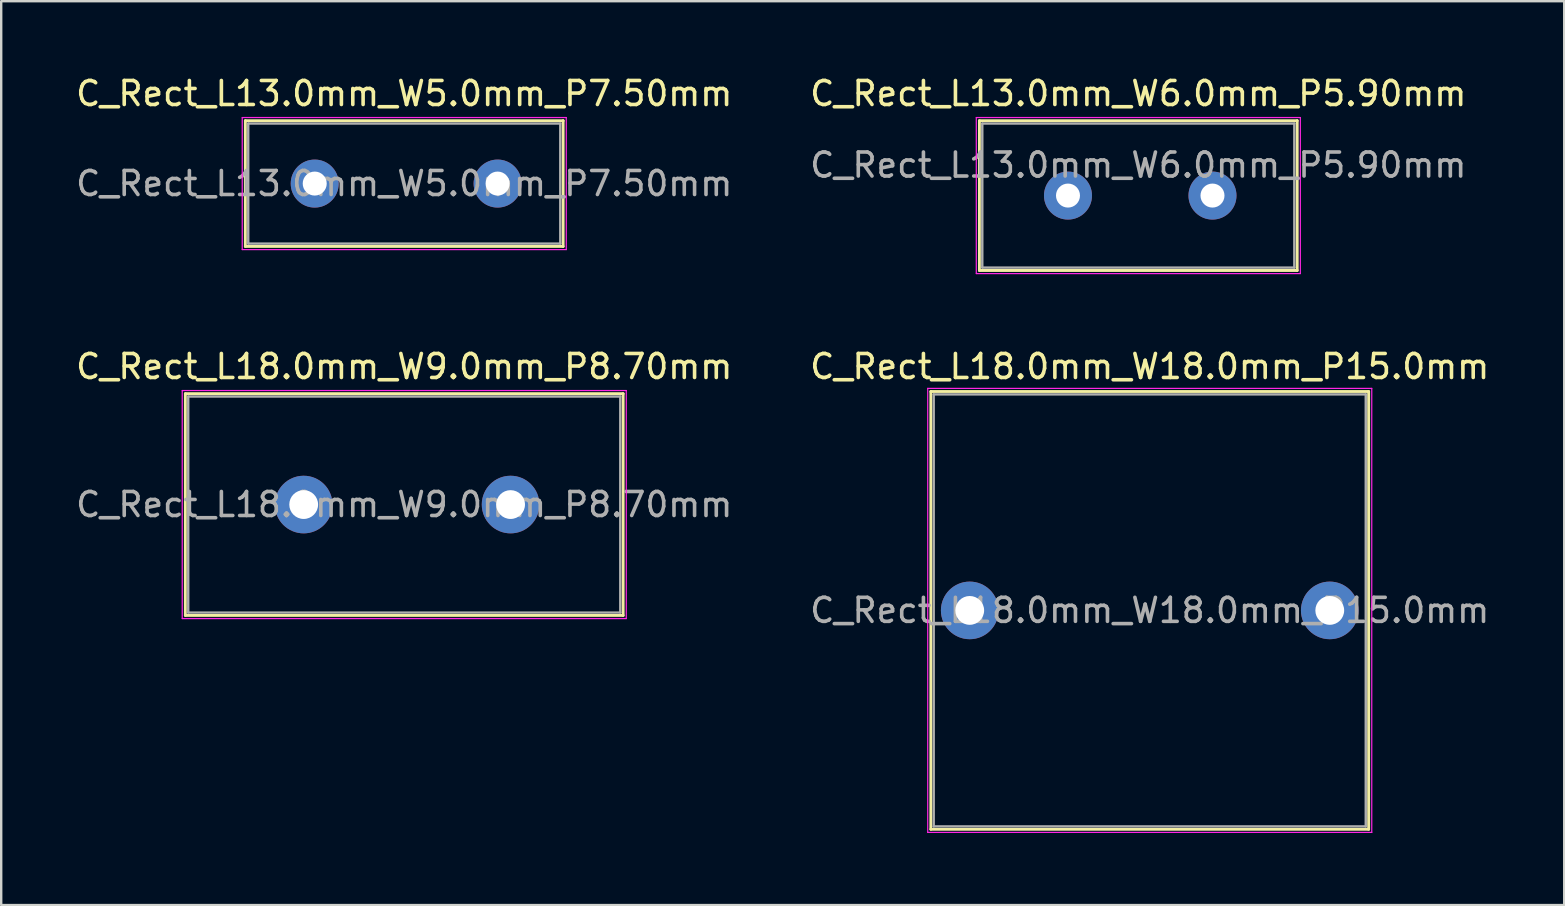
<source format=kicad_pcb>
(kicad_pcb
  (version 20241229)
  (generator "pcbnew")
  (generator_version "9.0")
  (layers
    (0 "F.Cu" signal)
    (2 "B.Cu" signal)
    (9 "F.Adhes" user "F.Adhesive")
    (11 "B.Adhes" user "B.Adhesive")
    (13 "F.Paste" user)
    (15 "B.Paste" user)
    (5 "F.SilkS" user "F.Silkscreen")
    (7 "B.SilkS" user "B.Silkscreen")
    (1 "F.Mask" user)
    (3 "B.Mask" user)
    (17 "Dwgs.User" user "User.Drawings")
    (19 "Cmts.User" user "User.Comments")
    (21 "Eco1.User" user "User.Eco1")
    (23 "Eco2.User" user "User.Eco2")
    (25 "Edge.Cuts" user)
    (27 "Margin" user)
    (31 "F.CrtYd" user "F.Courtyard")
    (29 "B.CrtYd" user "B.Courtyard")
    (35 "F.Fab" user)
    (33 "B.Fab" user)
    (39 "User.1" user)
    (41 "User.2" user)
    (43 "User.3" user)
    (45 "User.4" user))
  (footprint "C_Rect_L13.0mm_W6.0mm_P5.90mm"
    (layer "F.Cu")
    (at 39.375 5.098)
    (property "Reference" "C_Rect_L13.0mm_W6.0mm_P5.90mm" (at 5 -4.25 0) (layer "F.SilkS") (effects (font (size 1 1) (thickness 0.15))))
    (attr through_hole)
    (fp_line (start -1.62 -3.12) (end -1.62 3.12) (stroke (width 0.12) (type solid)) (layer "F.SilkS"))
    (fp_line (start -1.62 -3.12) (end 11.62 -3.12) (stroke (width 0.12) (type solid)) (layer "F.SilkS"))
    (fp_line (start -1.62 3.12) (end 11.62 3.12) (stroke (width 0.12) (type solid)) (layer "F.SilkS"))
    (fp_line (start 11.62 -3.12) (end 11.62 3.12) (stroke (width 0.12) (type solid)) (layer "F.SilkS"))
    (fp_line (start -1.75 -3.25) (end -1.75 3.25) (stroke (width 0.05) (type solid)) (layer "F.CrtYd"))
    (fp_line (start -1.75 3.25) (end 11.75 3.25) (stroke (width 0.05) (type solid)) (layer "F.CrtYd"))
    (fp_line (start 11.75 -3.25) (end -1.75 -3.25) (stroke (width 0.05) (type solid)) (layer "F.CrtYd"))
    (fp_line (start 11.75 3.25) (end 11.75 -3.25) (stroke (width 0.05) (type solid)) (layer "F.CrtYd"))
    (fp_line (start -1.5 -3) (end -1.5 3) (stroke (width 0.1) (type solid)) (layer "F.Fab"))
    (fp_line (start -1.5 3) (end 11.5 3) (stroke (width 0.1) (type solid)) (layer "F.Fab"))
    (fp_line (start 11.5 -3) (end -1.5 -3) (stroke (width 0.1) (type solid)) (layer "F.Fab"))
    (fp_line (start 11.5 3) (end 11.5 -3) (stroke (width 0.1) (type solid)) (layer "F.Fab"))
    (fp_text user "${REFERENCE}" (at 5 -1.27 0) (layer "F.Fab") (effects (font (size 1 1) (thickness 0.15))))
    (pad "1" thru_hole circle (at 2.07 0) (size 2 2) (drill 1) (layers "*.Cu" "*.Mask"))
    (pad "2" thru_hole circle (at 8.09 0) (size 2 2) (drill 1) (layers "*.Cu" "*.Mask")))
  (footprint "C_Rect_L18.0mm_W9.0mm_P8.70mm"
    (layer "F.Cu")
    (at 6.292 17.971)
    (property "Reference" "C_Rect_L18.0mm_W9.0mm_P8.70mm" (at 7.5 -5.75 0) (layer "F.SilkS") (effects (font (size 1 1) (thickness 0.15))))
    (attr through_hole)
    (fp_line (start -1.62 -4.62) (end -1.62 4.62) (stroke (width 0.12) (type solid)) (layer "F.SilkS"))
    (fp_line (start -1.62 -4.62) (end 16.62 -4.62) (stroke (width 0.12) (type solid)) (layer "F.SilkS"))
    (fp_line (start -1.62 4.62) (end 16.62 4.62) (stroke (width 0.12) (type solid)) (layer "F.SilkS"))
    (fp_line (start 16.62 -4.62) (end 16.62 4.62) (stroke (width 0.12) (type solid)) (layer "F.SilkS"))
    (fp_line (start -1.75 -4.75) (end -1.75 4.75) (stroke (width 0.05) (type solid)) (layer "F.CrtYd"))
    (fp_line (start -1.75 4.75) (end 16.75 4.75) (stroke (width 0.05) (type solid)) (layer "F.CrtYd"))
    (fp_line (start 16.75 -4.75) (end -1.75 -4.75) (stroke (width 0.05) (type solid)) (layer "F.CrtYd"))
    (fp_line (start 16.75 4.75) (end 16.75 -4.75) (stroke (width 0.05) (type solid)) (layer "F.CrtYd"))
    (fp_line (start -1.5 -4.5) (end -1.5 4.5) (stroke (width 0.1) (type solid)) (layer "F.Fab"))
    (fp_line (start -1.5 4.5) (end 16.5 4.5) (stroke (width 0.1) (type solid)) (layer "F.Fab"))
    (fp_line (start 16.5 -4.5) (end -1.5 -4.5) (stroke (width 0.1) (type solid)) (layer "F.Fab"))
    (fp_line (start 16.5 4.5) (end 16.5 -4.5) (stroke (width 0.1) (type solid)) (layer "F.Fab"))
    (fp_text user "${REFERENCE}" (at 7.5 0 0) (layer "F.Fab") (effects (font (size 1 1) (thickness 0.15))))
    (pad "1" thru_hole circle (at 3.31 0) (size 2.4 2.4) (drill 1.2) (layers "*.Cu" "*.Mask"))
    (pad "2" thru_hole circle (at 11.93 0) (size 2.4 2.4) (drill 1.2) (layers "*.Cu" "*.Mask")))
  (footprint "C_Rect_L13.0mm_W5.0mm_P7.50mm"
    (layer "F.Cu")
    (at 8.792 4.598)
    (property "Reference" "C_Rect_L13.0mm_W5.0mm_P7.50mm" (at 5 -3.75 0) (layer "F.SilkS") (effects (font (size 1 1) (thickness 0.15))))
    (attr through_hole)
    (fp_line (start -1.62 -2.62) (end -1.62 2.62) (stroke (width 0.12) (type solid)) (layer "F.SilkS"))
    (fp_line (start -1.62 -2.62) (end 11.62 -2.62) (stroke (width 0.12) (type solid)) (layer "F.SilkS"))
    (fp_line (start -1.62 2.62) (end 11.62 2.62) (stroke (width 0.12) (type solid)) (layer "F.SilkS"))
    (fp_line (start 11.62 -2.62) (end 11.62 2.62) (stroke (width 0.12) (type solid)) (layer "F.SilkS"))
    (fp_line (start -1.75 -2.75) (end -1.75 2.75) (stroke (width 0.05) (type solid)) (layer "F.CrtYd"))
    (fp_line (start -1.75 2.75) (end 11.75 2.75) (stroke (width 0.05) (type solid)) (layer "F.CrtYd"))
    (fp_line (start 11.75 -2.75) (end -1.75 -2.75) (stroke (width 0.05) (type solid)) (layer "F.CrtYd"))
    (fp_line (start 11.75 2.75) (end 11.75 -2.75) (stroke (width 0.05) (type solid)) (layer "F.CrtYd"))
    (fp_line (start -1.5 -2.5) (end -1.5 2.5) (stroke (width 0.1) (type solid)) (layer "F.Fab"))
    (fp_line (start -1.5 2.5) (end 11.5 2.5) (stroke (width 0.1) (type solid)) (layer "F.Fab"))
    (fp_line (start 11.5 -2.5) (end -1.5 -2.5) (stroke (width 0.1) (type solid)) (layer "F.Fab"))
    (fp_line (start 11.5 2.5) (end 11.5 -2.5) (stroke (width 0.1) (type solid)) (layer "F.Fab"))
    (fp_text user "${REFERENCE}" (at 5 0 0) (layer "F.Fab") (effects (font (size 1 1) (thickness 0.15))))
    (pad "1" thru_hole circle (at 1.27 0) (size 2 2) (drill 1) (layers "*.Cu" "*.Mask"))
    (pad "2" thru_hole circle (at 8.89 0) (size 2 2) (drill 1) (layers "*.Cu" "*.Mask")))
  (footprint "C_Rect_L18.0mm_W18.0mm_P15.0mm"
    (layer "F.Cu")
    (at 37.351 22.381)
    (property "Reference" "C_Rect_L18.0mm_W18.0mm_P15.0mm" (at 7.5 -10.16 0) (layer "F.SilkS") (effects (font (size 1 1) (thickness 0.15))))
    (attr through_hole)
    (fp_line (start -1.62 -9.12) (end -1.62 9.12) (stroke (width 0.12) (type solid)) (layer "F.SilkS"))
    (fp_line (start -1.62 -9.12) (end 16.62 -9.12) (stroke (width 0.12) (type solid)) (layer "F.SilkS"))
    (fp_line (start -1.62 9.12) (end 16.62 9.12) (stroke (width 0.12) (type solid)) (layer "F.SilkS"))
    (fp_line (start 16.62 -9.12) (end 16.62 9.12) (stroke (width 0.12) (type solid)) (layer "F.SilkS"))
    (fp_line (start -1.75 -9.25) (end -1.75 9.25) (stroke (width 0.05) (type solid)) (layer "F.CrtYd"))
    (fp_line (start -1.75 9.25) (end 16.75 9.25) (stroke (width 0.05) (type solid)) (layer "F.CrtYd"))
    (fp_line (start 16.75 -9.25) (end -1.75 -9.25) (stroke (width 0.05) (type solid)) (layer "F.CrtYd"))
    (fp_line (start 16.75 9.25) (end 16.75 -9.25) (stroke (width 0.05) (type solid)) (layer "F.CrtYd"))
    (fp_line (start -1.5 -9) (end -1.5 9) (stroke (width 0.1) (type solid)) (layer "F.Fab"))
    (fp_line (start -1.5 9) (end 16.5 9) (stroke (width 0.1) (type solid)) (layer "F.Fab"))
    (fp_line (start 16.5 -9) (end -1.5 -9) (stroke (width 0.1) (type solid)) (layer "F.Fab"))
    (fp_line (start 16.5 9) (end 16.5 -9) (stroke (width 0.1) (type solid)) (layer "F.Fab"))
    (fp_text user "${REFERENCE}" (at 7.5 0 0) (layer "F.Fab") (effects (font (size 1 1) (thickness 0.15))))
    (pad "1" thru_hole circle (at 0 0) (size 2.4 2.4) (drill 1.2) (layers "*.Cu" "*.Mask"))
    (pad "2" thru_hole circle (at 15 0) (size 2.4 2.4) (drill 1.2) (layers "*.Cu" "*.Mask")))
  (gr_rect
    (start -3 -3)
    (end 62.119 34.657)
    (stroke (width 0.1) (type default))
    (fill no)
    (layer "Edge.Cuts")))
</source>
